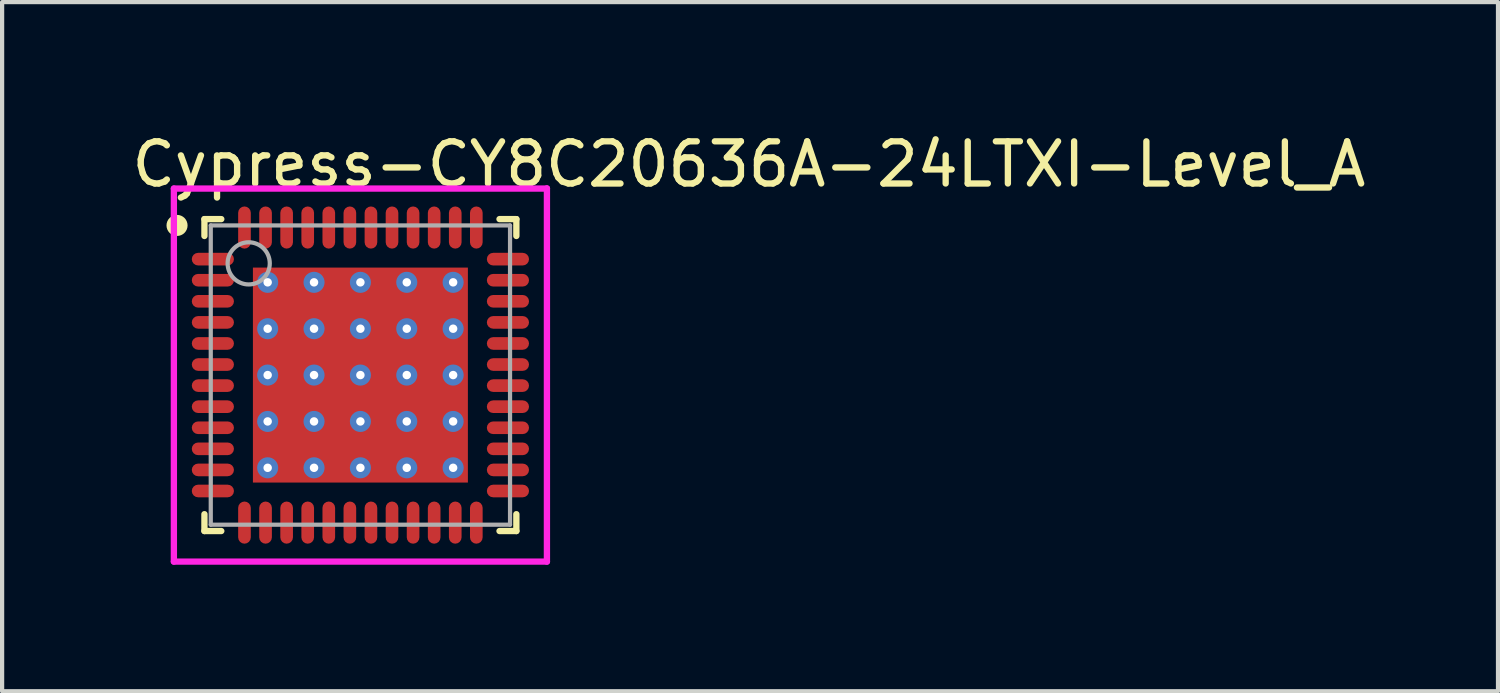
<source format=kicad_pcb>
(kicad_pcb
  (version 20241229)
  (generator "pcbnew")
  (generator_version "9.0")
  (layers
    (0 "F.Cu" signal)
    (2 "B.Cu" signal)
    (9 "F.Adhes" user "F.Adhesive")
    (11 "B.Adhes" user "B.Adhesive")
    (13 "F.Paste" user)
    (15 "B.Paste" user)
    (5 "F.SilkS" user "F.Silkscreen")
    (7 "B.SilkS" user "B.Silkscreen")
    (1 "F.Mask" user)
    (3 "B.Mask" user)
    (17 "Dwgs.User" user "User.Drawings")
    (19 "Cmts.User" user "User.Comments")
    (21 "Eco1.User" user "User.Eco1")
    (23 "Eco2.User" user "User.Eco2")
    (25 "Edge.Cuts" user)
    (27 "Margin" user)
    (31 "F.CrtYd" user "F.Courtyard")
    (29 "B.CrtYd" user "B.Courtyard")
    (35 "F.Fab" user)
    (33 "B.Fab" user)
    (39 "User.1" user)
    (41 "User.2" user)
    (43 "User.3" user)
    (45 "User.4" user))
  (footprint "Cypress-CY8C20636A-24LTXI-Level_A"
    (layer "F.Cu")
    (at 5.5 5.848)
    (property "Reference" "Cypress-CY8C20636A-24LTXI-Level_A" (at -5.5 -5 0) (layer "F.SilkS") (effects (font (size 1 1) (thickness 0.15)) (justify left)))
    (attr through_hole)
    (fp_line (start -3.7 -3.7) (end -3.3 -3.7) (stroke (width 0.15) (type solid)) (layer "F.SilkS"))
    (fp_line (start -3.7 -3.3) (end -3.7 -3.7) (stroke (width 0.15) (type solid)) (layer "F.SilkS"))
    (fp_line (start -3.7 3.7) (end -3.7 3.3) (stroke (width 0.15) (type solid)) (layer "F.SilkS"))
    (fp_line (start -3.7 3.7) (end -3.3 3.7) (stroke (width 0.15) (type solid)) (layer "F.SilkS"))
    (fp_line (start 3.3 -3.7) (end 3.7 -3.7) (stroke (width 0.15) (type solid)) (layer "F.SilkS"))
    (fp_line (start 3.3 3.7) (end 3.7 3.7) (stroke (width 0.15) (type solid)) (layer "F.SilkS"))
    (fp_line (start 3.7 -3.3) (end 3.7 -3.7) (stroke (width 0.15) (type solid)) (layer "F.SilkS"))
    (fp_line (start 3.7 3.7) (end 3.7 3.3) (stroke (width 0.15) (type solid)) (layer "F.SilkS"))
    (fp_circle (center -4.35 -3.55) (end -4.225 -3.55) (stroke (width 0.25) (type solid)) (fill no) (layer "F.SilkS"))
    (fp_line (start -4.425 -4.425) (end -4.425 4.425) (stroke (width 0.15) (type solid)) (layer "F.CrtYd"))
    (fp_line (start -4.425 4.425) (end 4.425 4.425) (stroke (width 0.15) (type solid)) (layer "F.CrtYd"))
    (fp_line (start 4.425 -4.425) (end -4.425 -4.425) (stroke (width 0.15) (type solid)) (layer "F.CrtYd"))
    (fp_line (start 4.425 -4.425) (end 4.425 -4.425) (stroke (width 0.15) (type solid)) (layer "F.CrtYd"))
    (fp_line (start 4.425 4.425) (end 4.425 -4.425) (stroke (width 0.15) (type solid)) (layer "F.CrtYd"))
    (fp_line (start -3.55 -3.55) (end 3.55 -3.55) (stroke (width 0.1) (type solid)) (layer "F.Fab"))
    (fp_line (start -3.55 3.55) (end -3.55 -3.55) (stroke (width 0.1) (type solid)) (layer "F.Fab"))
    (fp_line (start -3.55 3.55) (end 3.55 3.55) (stroke (width 0.1) (type solid)) (layer "F.Fab"))
    (fp_line (start 3.55 3.55) (end 3.55 -3.55) (stroke (width 0.1) (type solid)) (layer "F.Fab"))
    (fp_circle (center -2.65 -2.65) (end -2.15 -2.65) (stroke (width 0.1) (type solid)) (fill no) (layer "F.Fab"))
    (pad "1" smd roundrect (at -3.5 -2.75 270) (size 0.3 1) (layers "F.Cu" "F.Mask" "F.Paste") (roundrect_rratio 0.5))
    (pad "2" smd roundrect (at -3.5 -2.25 270) (size 0.3 1) (layers "F.Cu" "F.Mask" "F.Paste") (roundrect_rratio 0.5))
    (pad "3" smd roundrect (at -3.5 -1.75 270) (size 0.3 1) (layers "F.Cu" "F.Mask" "F.Paste") (roundrect_rratio 0.5))
    (pad "4" smd roundrect (at -3.5 -1.25 270) (size 0.3 1) (layers "F.Cu" "F.Mask" "F.Paste") (roundrect_rratio 0.5))
    (pad "5" smd roundrect (at -3.5 -0.75 270) (size 0.3 1) (layers "F.Cu" "F.Mask" "F.Paste") (roundrect_rratio 0.5))
    (pad "6" smd roundrect (at -3.5 -0.25 270) (size 0.3 1) (layers "F.Cu" "F.Mask" "F.Paste") (roundrect_rratio 0.5))
    (pad "7" smd roundrect (at -3.5 0.25 270) (size 0.3 1) (layers "F.Cu" "F.Mask" "F.Paste") (roundrect_rratio 0.5))
    (pad "8" smd roundrect (at -3.5 0.75 270) (size 0.3 1) (layers "F.Cu" "F.Mask" "F.Paste") (roundrect_rratio 0.5))
    (pad "9" smd roundrect (at -3.5 1.25 270) (size 0.3 1) (layers "F.Cu" "F.Mask" "F.Paste") (roundrect_rratio 0.5))
    (pad "10" smd roundrect (at -3.5 1.75 270) (size 0.3 1) (layers "F.Cu" "F.Mask" "F.Paste") (roundrect_rratio 0.5))
    (pad "11" smd roundrect (at -3.5 2.25 270) (size 0.3 1) (layers "F.Cu" "F.Mask" "F.Paste") (roundrect_rratio 0.5))
    (pad "12" smd roundrect (at -3.5 2.75 270) (size 0.3 1) (layers "F.Cu" "F.Mask" "F.Paste") (roundrect_rratio 0.5))
    (pad "13" smd roundrect (at -2.75 3.5) (size 0.3 1) (layers "F.Cu" "F.Mask" "F.Paste") (roundrect_rratio 0.5))
    (pad "14" smd roundrect (at -2.25 3.5) (size 0.3 1) (layers "F.Cu" "F.Mask" "F.Paste") (roundrect_rratio 0.5))
    (pad "15" smd roundrect (at -1.75 3.5) (size 0.3 1) (layers "F.Cu" "F.Mask" "F.Paste") (roundrect_rratio 0.5))
    (pad "16" smd roundrect (at -1.25 3.5) (size 0.3 1) (layers "F.Cu" "F.Mask" "F.Paste") (roundrect_rratio 0.5))
    (pad "17" smd roundrect (at -0.75 3.5) (size 0.3 1) (layers "F.Cu" "F.Mask" "F.Paste") (roundrect_rratio 0.5))
    (pad "18" smd roundrect (at -0.25 3.5) (size 0.3 1) (layers "F.Cu" "F.Mask" "F.Paste") (roundrect_rratio 0.5))
    (pad "19" smd roundrect (at 0.25 3.5) (size 0.3 1) (layers "F.Cu" "F.Mask" "F.Paste") (roundrect_rratio 0.5))
    (pad "20" smd roundrect (at 0.75 3.5) (size 0.3 1) (layers "F.Cu" "F.Mask" "F.Paste") (roundrect_rratio 0.5))
    (pad "21" smd roundrect (at 1.25 3.5) (size 0.3 1) (layers "F.Cu" "F.Mask" "F.Paste") (roundrect_rratio 0.5))
    (pad "22" smd roundrect (at 1.75 3.5) (size 0.3 1) (layers "F.Cu" "F.Mask" "F.Paste") (roundrect_rratio 0.5))
    (pad "23" smd roundrect (at 2.25 3.5) (size 0.3 1) (layers "F.Cu" "F.Mask" "F.Paste") (roundrect_rratio 0.5))
    (pad "24" smd roundrect (at 2.75 3.5) (size 0.3 1) (layers "F.Cu" "F.Mask" "F.Paste") (roundrect_rratio 0.5))
    (pad "25" smd roundrect (at 3.5 2.75 270) (size 0.3 1) (layers "F.Cu" "F.Mask" "F.Paste") (roundrect_rratio 0.5))
    (pad "26" smd roundrect (at 3.5 2.25 270) (size 0.3 1) (layers "F.Cu" "F.Mask" "F.Paste") (roundrect_rratio 0.5))
    (pad "27" smd roundrect (at 3.5 1.75 270) (size 0.3 1) (layers "F.Cu" "F.Mask" "F.Paste") (roundrect_rratio 0.5))
    (pad "28" smd roundrect (at 3.5 1.25 270) (size 0.3 1) (layers "F.Cu" "F.Mask" "F.Paste") (roundrect_rratio 0.5))
    (pad "29" smd roundrect (at 3.5 0.75 270) (size 0.3 1) (layers "F.Cu" "F.Mask" "F.Paste") (roundrect_rratio 0.5))
    (pad "30" smd roundrect (at 3.5 0.25 270) (size 0.3 1) (layers "F.Cu" "F.Mask" "F.Paste") (roundrect_rratio 0.5))
    (pad "31" smd roundrect (at 3.5 -0.25 270) (size 0.3 1) (layers "F.Cu" "F.Mask" "F.Paste") (roundrect_rratio 0.5))
    (pad "32" smd roundrect (at 3.5 -0.75 270) (size 0.3 1) (layers "F.Cu" "F.Mask" "F.Paste") (roundrect_rratio 0.5))
    (pad "33" smd roundrect (at 3.5 -1.25 270) (size 0.3 1) (layers "F.Cu" "F.Mask" "F.Paste") (roundrect_rratio 0.5))
    (pad "34" smd roundrect (at 3.5 -1.75 270) (size 0.3 1) (layers "F.Cu" "F.Mask" "F.Paste") (roundrect_rratio 0.5))
    (pad "35" smd roundrect (at 3.5 -2.25 270) (size 0.3 1) (layers "F.Cu" "F.Mask" "F.Paste") (roundrect_rratio 0.5))
    (pad "36" smd roundrect (at 3.5 -2.75 270) (size 0.3 1) (layers "F.Cu" "F.Mask" "F.Paste") (roundrect_rratio 0.5))
    (pad "37" smd roundrect (at 2.75 -3.5) (size 0.3 1) (layers "F.Cu" "F.Mask" "F.Paste") (roundrect_rratio 0.5))
    (pad "38" smd roundrect (at 2.25 -3.5) (size 0.3 1) (layers "F.Cu" "F.Mask" "F.Paste") (roundrect_rratio 0.5))
    (pad "39" smd roundrect (at 1.75 -3.5) (size 0.3 1) (layers "F.Cu" "F.Mask" "F.Paste") (roundrect_rratio 0.5))
    (pad "40" smd roundrect (at 1.25 -3.5) (size 0.3 1) (layers "F.Cu" "F.Mask" "F.Paste") (roundrect_rratio 0.5))
    (pad "41" smd roundrect (at 0.75 -3.5) (size 0.3 1) (layers "F.Cu" "F.Mask" "F.Paste") (roundrect_rratio 0.5))
    (pad "42" smd roundrect (at 0.25 -3.5) (size 0.3 1) (layers "F.Cu" "F.Mask" "F.Paste") (roundrect_rratio 0.5))
    (pad "43" smd roundrect (at -0.25 -3.5) (size 0.3 1) (layers "F.Cu" "F.Mask" "F.Paste") (roundrect_rratio 0.5))
    (pad "44" smd roundrect (at -0.75 -3.5) (size 0.3 1) (layers "F.Cu" "F.Mask" "F.Paste") (roundrect_rratio 0.5))
    (pad "45" smd roundrect (at -1.25 -3.5) (size 0.3 1) (layers "F.Cu" "F.Mask" "F.Paste") (roundrect_rratio 0.5))
    (pad "46" smd roundrect (at -1.75 -3.5) (size 0.3 1) (layers "F.Cu" "F.Mask" "F.Paste") (roundrect_rratio 0.5))
    (pad "47" smd roundrect (at -2.25 -3.5) (size 0.3 1) (layers "F.Cu" "F.Mask" "F.Paste") (roundrect_rratio 0.5))
    (pad "48" smd roundrect (at -2.75 -3.5) (size 0.3 1) (layers "F.Cu" "F.Mask" "F.Paste") (roundrect_rratio 0.5))
    (pad "49" smd rect (at 0 0) (size 5.1 5.1) (layers "F.Cu" "F.Mask" "F.Paste"))
    (pad "~" thru_hole circle (at -2.2 -2.2) (size 0.5 0.5) (drill 0.2) (layers "*.Cu"))
    (pad "~" thru_hole circle (at -2.2 -1.1) (size 0.5 0.5) (drill 0.2) (layers "*.Cu"))
    (pad "~" thru_hole circle (at -2.2 0) (size 0.5 0.5) (drill 0.2) (layers "*.Cu"))
    (pad "~" thru_hole circle (at -2.2 1.1) (size 0.5 0.5) (drill 0.2) (layers "*.Cu"))
    (pad "~" thru_hole circle (at -2.2 2.2) (size 0.5 0.5) (drill 0.2) (layers "*.Cu"))
    (pad "~" thru_hole circle (at -1.1 -2.2) (size 0.5 0.5) (drill 0.2) (layers "*.Cu"))
    (pad "~" thru_hole circle (at -1.1 -1.1) (size 0.5 0.5) (drill 0.2) (layers "*.Cu"))
    (pad "~" thru_hole circle (at -1.1 0) (size 0.5 0.5) (drill 0.2) (layers "*.Cu"))
    (pad "~" thru_hole circle (at -1.1 1.1) (size 0.5 0.5) (drill 0.2) (layers "*.Cu"))
    (pad "~" thru_hole circle (at -1.1 2.2) (size 0.5 0.5) (drill 0.2) (layers "*.Cu"))
    (pad "~" thru_hole circle (at 0 -2.2) (size 0.5 0.5) (drill 0.2) (layers "*.Cu"))
    (pad "~" thru_hole circle (at 0 -1.1) (size 0.5 0.5) (drill 0.2) (layers "*.Cu"))
    (pad "~" thru_hole circle (at 0 0) (size 0.5 0.5) (drill 0.2) (layers "*.Cu"))
    (pad "~" thru_hole circle (at 0 1.1) (size 0.5 0.5) (drill 0.2) (layers "*.Cu"))
    (pad "~" thru_hole circle (at 0 2.2) (size 0.5 0.5) (drill 0.2) (layers "*.Cu"))
    (pad "~" thru_hole circle (at 1.1 -2.2) (size 0.5 0.5) (drill 0.2) (layers "*.Cu"))
    (pad "~" thru_hole circle (at 1.1 -1.1) (size 0.5 0.5) (drill 0.2) (layers "*.Cu"))
    (pad "~" thru_hole circle (at 1.1 0) (size 0.5 0.5) (drill 0.2) (layers "*.Cu"))
    (pad "~" thru_hole circle (at 1.1 1.1) (size 0.5 0.5) (drill 0.2) (layers "*.Cu"))
    (pad "~" thru_hole circle (at 1.1 2.2) (size 0.5 0.5) (drill 0.2) (layers "*.Cu"))
    (pad "~" thru_hole circle (at 2.2 -2.2) (size 0.5 0.5) (drill 0.2) (layers "*.Cu"))
    (pad "~" thru_hole circle (at 2.2 -1.1) (size 0.5 0.5) (drill 0.2) (layers "*.Cu"))
    (pad "~" thru_hole circle (at 2.2 0) (size 0.5 0.5) (drill 0.2) (layers "*.Cu"))
    (pad "~" thru_hole circle (at 2.2 1.1) (size 0.5 0.5) (drill 0.2) (layers "*.Cu"))
    (pad "~" thru_hole circle (at 2.2 2.2) (size 0.5 0.5) (drill 0.2) (layers "*.Cu")))
  (gr_rect
    (start -3 -3)
    (end 32.488 13.348)
    (stroke (width 0.1) (type default))
    (fill no)
    (layer "Edge.Cuts")))
</source>
